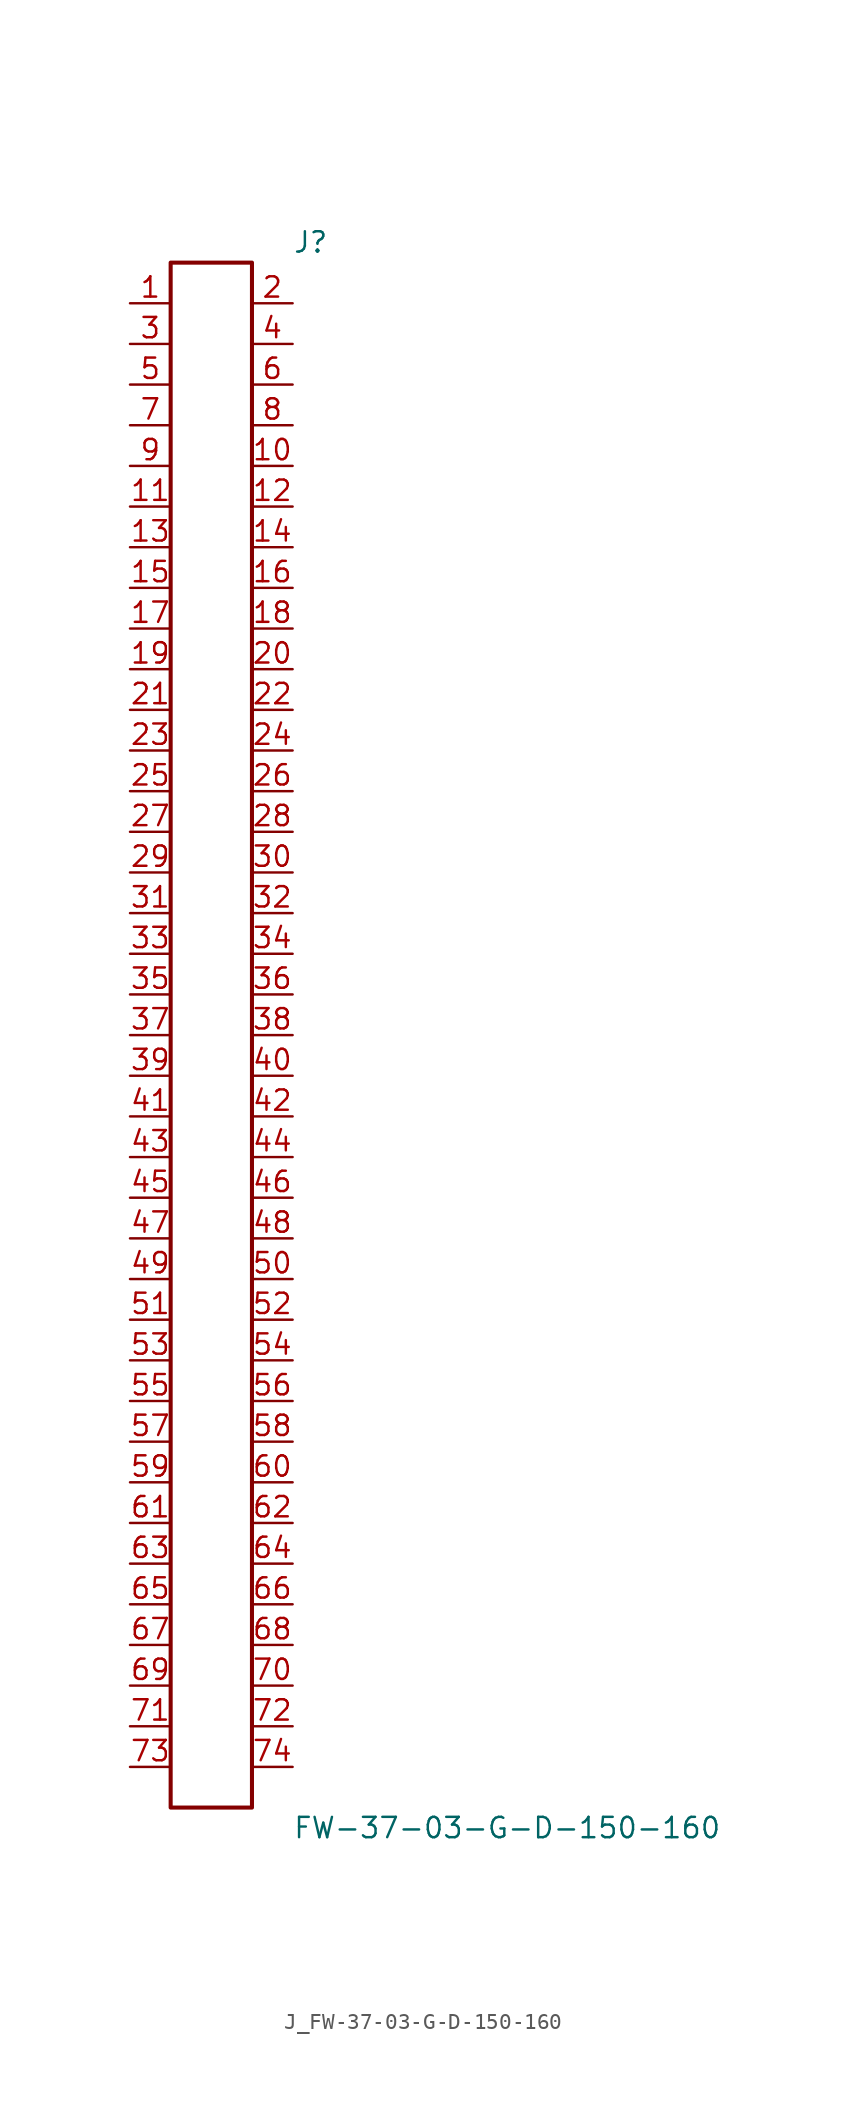
<source format=kicad_sym>
(kicad_symbol_lib
  (version 20231120)
  (generator kicad_symbol_editor)
  (generator_version 8.0)
  (symbol "J_FW-37-03-G-D-150-160"
    (pin_names
      (offset 0.254))
    (property "Reference" "J"
      (at 5.08 49.53 0)
      (effects (font (size 1.27 1.27)) (justify left)))
    (property "Value" "FW-37-03-G-D-150-160"
      (at 5.08 -49.53 0)
      (effects (font (size 1.27 1.27)) (justify left)))
    (symbol "J_FW-37-03-G-D-150-160_0_0"
      (pin passive line (at -5.08 45.72 0) (length 2.54) (name "" (effects (font (size 1.27 1.27)))) (number "1" (effects (font (size 1.27 1.27)))))
      (pin passive line (at 5.08 45.72 180) (length 2.54) (name "" (effects (font (size 1.27 1.27)))) (number "2" (effects (font (size 1.27 1.27)))))
      (pin passive line (at -5.08 43.18 0) (length 2.54) (name "" (effects (font (size 1.27 1.27)))) (number "3" (effects (font (size 1.27 1.27)))))
      (pin passive line (at 5.08 43.18 180) (length 2.54) (name "" (effects (font (size 1.27 1.27)))) (number "4" (effects (font (size 1.27 1.27)))))
      (pin passive line (at -5.08 40.64 0) (length 2.54) (name "" (effects (font (size 1.27 1.27)))) (number "5" (effects (font (size 1.27 1.27)))))
      (pin passive line (at 5.08 40.64 180) (length 2.54) (name "" (effects (font (size 1.27 1.27)))) (number "6" (effects (font (size 1.27 1.27)))))
      (pin passive line (at -5.08 38.1 0) (length 2.54) (name "" (effects (font (size 1.27 1.27)))) (number "7" (effects (font (size 1.27 1.27)))))
      (pin passive line (at 5.08 38.1 180) (length 2.54) (name "" (effects (font (size 1.27 1.27)))) (number "8" (effects (font (size 1.27 1.27)))))
      (pin passive line (at -5.08 35.56 0) (length 2.54) (name "" (effects (font (size 1.27 1.27)))) (number "9" (effects (font (size 1.27 1.27)))))
      (pin passive line (at 5.08 35.56 180) (length 2.54) (name "" (effects (font (size 1.27 1.27)))) (number "10" (effects (font (size 1.27 1.27)))))
      (pin passive line (at -5.08 33.02 0) (length 2.54) (name "" (effects (font (size 1.27 1.27)))) (number "11" (effects (font (size 1.27 1.27)))))
      (pin passive line (at 5.08 33.02 180) (length 2.54) (name "" (effects (font (size 1.27 1.27)))) (number "12" (effects (font (size 1.27 1.27)))))
      (pin passive line (at -5.08 30.48 0) (length 2.54) (name "" (effects (font (size 1.27 1.27)))) (number "13" (effects (font (size 1.27 1.27)))))
      (pin passive line (at 5.08 30.48 180) (length 2.54) (name "" (effects (font (size 1.27 1.27)))) (number "14" (effects (font (size 1.27 1.27)))))
      (pin passive line (at -5.08 27.94 0) (length 2.54) (name "" (effects (font (size 1.27 1.27)))) (number "15" (effects (font (size 1.27 1.27)))))
      (pin passive line (at 5.08 27.94 180) (length 2.54) (name "" (effects (font (size 1.27 1.27)))) (number "16" (effects (font (size 1.27 1.27)))))
      (pin passive line (at -5.08 25.4 0) (length 2.54) (name "" (effects (font (size 1.27 1.27)))) (number "17" (effects (font (size 1.27 1.27)))))
      (pin passive line (at 5.08 25.4 180) (length 2.54) (name "" (effects (font (size 1.27 1.27)))) (number "18" (effects (font (size 1.27 1.27)))))
      (pin passive line (at -5.08 22.86 0) (length 2.54) (name "" (effects (font (size 1.27 1.27)))) (number "19" (effects (font (size 1.27 1.27)))))
      (pin passive line (at 5.08 22.86 180) (length 2.54) (name "" (effects (font (size 1.27 1.27)))) (number "20" (effects (font (size 1.27 1.27)))))
      (pin passive line (at -5.08 20.32 0) (length 2.54) (name "" (effects (font (size 1.27 1.27)))) (number "21" (effects (font (size 1.27 1.27)))))
      (pin passive line (at 5.08 20.32 180) (length 2.54) (name "" (effects (font (size 1.27 1.27)))) (number "22" (effects (font (size 1.27 1.27)))))
      (pin passive line (at -5.08 17.78 0) (length 2.54) (name "" (effects (font (size 1.27 1.27)))) (number "23" (effects (font (size 1.27 1.27)))))
      (pin passive line (at 5.08 17.78 180) (length 2.54) (name "" (effects (font (size 1.27 1.27)))) (number "24" (effects (font (size 1.27 1.27)))))
      (pin passive line (at -5.08 15.24 0) (length 2.54) (name "" (effects (font (size 1.27 1.27)))) (number "25" (effects (font (size 1.27 1.27)))))
      (pin passive line (at 5.08 15.24 180) (length 2.54) (name "" (effects (font (size 1.27 1.27)))) (number "26" (effects (font (size 1.27 1.27)))))
      (pin passive line (at -5.08 12.7 0) (length 2.54) (name "" (effects (font (size 1.27 1.27)))) (number "27" (effects (font (size 1.27 1.27)))))
      (pin passive line (at 5.08 12.7 180) (length 2.54) (name "" (effects (font (size 1.27 1.27)))) (number "28" (effects (font (size 1.27 1.27)))))
      (pin passive line (at -5.08 10.16 0) (length 2.54) (name "" (effects (font (size 1.27 1.27)))) (number "29" (effects (font (size 1.27 1.27)))))
      (pin passive line (at 5.08 10.16 180) (length 2.54) (name "" (effects (font (size 1.27 1.27)))) (number "30" (effects (font (size 1.27 1.27)))))
      (pin passive line (at -5.08 7.62 0) (length 2.54) (name "" (effects (font (size 1.27 1.27)))) (number "31" (effects (font (size 1.27 1.27)))))
      (pin passive line (at 5.08 7.62 180) (length 2.54) (name "" (effects (font (size 1.27 1.27)))) (number "32" (effects (font (size 1.27 1.27)))))
      (pin passive line (at -5.08 5.08 0) (length 2.54) (name "" (effects (font (size 1.27 1.27)))) (number "33" (effects (font (size 1.27 1.27)))))
      (pin passive line (at 5.08 5.08 180) (length 2.54) (name "" (effects (font (size 1.27 1.27)))) (number "34" (effects (font (size 1.27 1.27)))))
      (pin passive line (at -5.08 2.54 0) (length 2.54) (name "" (effects (font (size 1.27 1.27)))) (number "35" (effects (font (size 1.27 1.27)))))
      (pin passive line (at 5.08 2.54 180) (length 2.54) (name "" (effects (font (size 1.27 1.27)))) (number "36" (effects (font (size 1.27 1.27)))))
      (pin passive line (at -5.08 0.0 0) (length 2.54) (name "" (effects (font (size 1.27 1.27)))) (number "37" (effects (font (size 1.27 1.27)))))
      (pin passive line (at 5.08 0.0 180) (length 2.54) (name "" (effects (font (size 1.27 1.27)))) (number "38" (effects (font (size 1.27 1.27)))))
      (pin passive line (at -5.08 -2.54 0) (length 2.54) (name "" (effects (font (size 1.27 1.27)))) (number "39" (effects (font (size 1.27 1.27)))))
      (pin passive line (at 5.08 -2.54 180) (length 2.54) (name "" (effects (font (size 1.27 1.27)))) (number "40" (effects (font (size 1.27 1.27)))))
      (pin passive line (at -5.08 -5.08 0) (length 2.54) (name "" (effects (font (size 1.27 1.27)))) (number "41" (effects (font (size 1.27 1.27)))))
      (pin passive line (at 5.08 -5.08 180) (length 2.54) (name "" (effects (font (size 1.27 1.27)))) (number "42" (effects (font (size 1.27 1.27)))))
      (pin passive line (at -5.08 -7.62 0) (length 2.54) (name "" (effects (font (size 1.27 1.27)))) (number "43" (effects (font (size 1.27 1.27)))))
      (pin passive line (at 5.08 -7.62 180) (length 2.54) (name "" (effects (font (size 1.27 1.27)))) (number "44" (effects (font (size 1.27 1.27)))))
      (pin passive line (at -5.08 -10.16 0) (length 2.54) (name "" (effects (font (size 1.27 1.27)))) (number "45" (effects (font (size 1.27 1.27)))))
      (pin passive line (at 5.08 -10.16 180) (length 2.54) (name "" (effects (font (size 1.27 1.27)))) (number "46" (effects (font (size 1.27 1.27)))))
      (pin passive line (at -5.08 -12.7 0) (length 2.54) (name "" (effects (font (size 1.27 1.27)))) (number "47" (effects (font (size 1.27 1.27)))))
      (pin passive line (at 5.08 -12.7 180) (length 2.54) (name "" (effects (font (size 1.27 1.27)))) (number "48" (effects (font (size 1.27 1.27)))))
      (pin passive line (at -5.08 -15.24 0) (length 2.54) (name "" (effects (font (size 1.27 1.27)))) (number "49" (effects (font (size 1.27 1.27)))))
      (pin passive line (at 5.08 -15.24 180) (length 2.54) (name "" (effects (font (size 1.27 1.27)))) (number "50" (effects (font (size 1.27 1.27)))))
      (pin passive line (at -5.08 -17.78 0) (length 2.54) (name "" (effects (font (size 1.27 1.27)))) (number "51" (effects (font (size 1.27 1.27)))))
      (pin passive line (at 5.08 -17.78 180) (length 2.54) (name "" (effects (font (size 1.27 1.27)))) (number "52" (effects (font (size 1.27 1.27)))))
      (pin passive line (at -5.08 -20.32 0) (length 2.54) (name "" (effects (font (size 1.27 1.27)))) (number "53" (effects (font (size 1.27 1.27)))))
      (pin passive line (at 5.08 -20.32 180) (length 2.54) (name "" (effects (font (size 1.27 1.27)))) (number "54" (effects (font (size 1.27 1.27)))))
      (pin passive line (at -5.08 -22.86 0) (length 2.54) (name "" (effects (font (size 1.27 1.27)))) (number "55" (effects (font (size 1.27 1.27)))))
      (pin passive line (at 5.08 -22.86 180) (length 2.54) (name "" (effects (font (size 1.27 1.27)))) (number "56" (effects (font (size 1.27 1.27)))))
      (pin passive line (at -5.08 -25.4 0) (length 2.54) (name "" (effects (font (size 1.27 1.27)))) (number "57" (effects (font (size 1.27 1.27)))))
      (pin passive line (at 5.08 -25.4 180) (length 2.54) (name "" (effects (font (size 1.27 1.27)))) (number "58" (effects (font (size 1.27 1.27)))))
      (pin passive line (at -5.08 -27.94 0) (length 2.54) (name "" (effects (font (size 1.27 1.27)))) (number "59" (effects (font (size 1.27 1.27)))))
      (pin passive line (at 5.08 -27.94 180) (length 2.54) (name "" (effects (font (size 1.27 1.27)))) (number "60" (effects (font (size 1.27 1.27)))))
      (pin passive line (at -5.08 -30.48 0) (length 2.54) (name "" (effects (font (size 1.27 1.27)))) (number "61" (effects (font (size 1.27 1.27)))))
      (pin passive line (at 5.08 -30.48 180) (length 2.54) (name "" (effects (font (size 1.27 1.27)))) (number "62" (effects (font (size 1.27 1.27)))))
      (pin passive line (at -5.08 -33.02 0) (length 2.54) (name "" (effects (font (size 1.27 1.27)))) (number "63" (effects (font (size 1.27 1.27)))))
      (pin passive line (at 5.08 -33.02 180) (length 2.54) (name "" (effects (font (size 1.27 1.27)))) (number "64" (effects (font (size 1.27 1.27)))))
      (pin passive line (at -5.08 -35.56 0) (length 2.54) (name "" (effects (font (size 1.27 1.27)))) (number "65" (effects (font (size 1.27 1.27)))))
      (pin passive line (at 5.08 -35.56 180) (length 2.54) (name "" (effects (font (size 1.27 1.27)))) (number "66" (effects (font (size 1.27 1.27)))))
      (pin passive line (at -5.08 -38.1 0) (length 2.54) (name "" (effects (font (size 1.27 1.27)))) (number "67" (effects (font (size 1.27 1.27)))))
      (pin passive line (at 5.08 -38.1 180) (length 2.54) (name "" (effects (font (size 1.27 1.27)))) (number "68" (effects (font (size 1.27 1.27)))))
      (pin passive line (at -5.08 -40.64 0) (length 2.54) (name "" (effects (font (size 1.27 1.27)))) (number "69" (effects (font (size 1.27 1.27)))))
      (pin passive line (at 5.08 -40.64 180) (length 2.54) (name "" (effects (font (size 1.27 1.27)))) (number "70" (effects (font (size 1.27 1.27)))))
      (pin passive line (at -5.08 -43.18 0) (length 2.54) (name "" (effects (font (size 1.27 1.27)))) (number "71" (effects (font (size 1.27 1.27)))))
      (pin passive line (at 5.08 -43.18 180) (length 2.54) (name "" (effects (font (size 1.27 1.27)))) (number "72" (effects (font (size 1.27 1.27)))))
      (pin passive line (at -5.08 -45.72 0) (length 2.54) (name "" (effects (font (size 1.27 1.27)))) (number "73" (effects (font (size 1.27 1.27)))))
      (pin passive line (at 5.08 -45.72 180) (length 2.54) (name "" (effects (font (size 1.27 1.27)))) (number "74" (effects (font (size 1.27 1.27))))))
    (symbol "J_FW-37-03-G-D-150-160_1_0"
      (rectangle (start -2.54 48.26) (end 2.54 -48.26) (stroke (width 0.254) (type solid)) (fill (type none))))))
</source>
